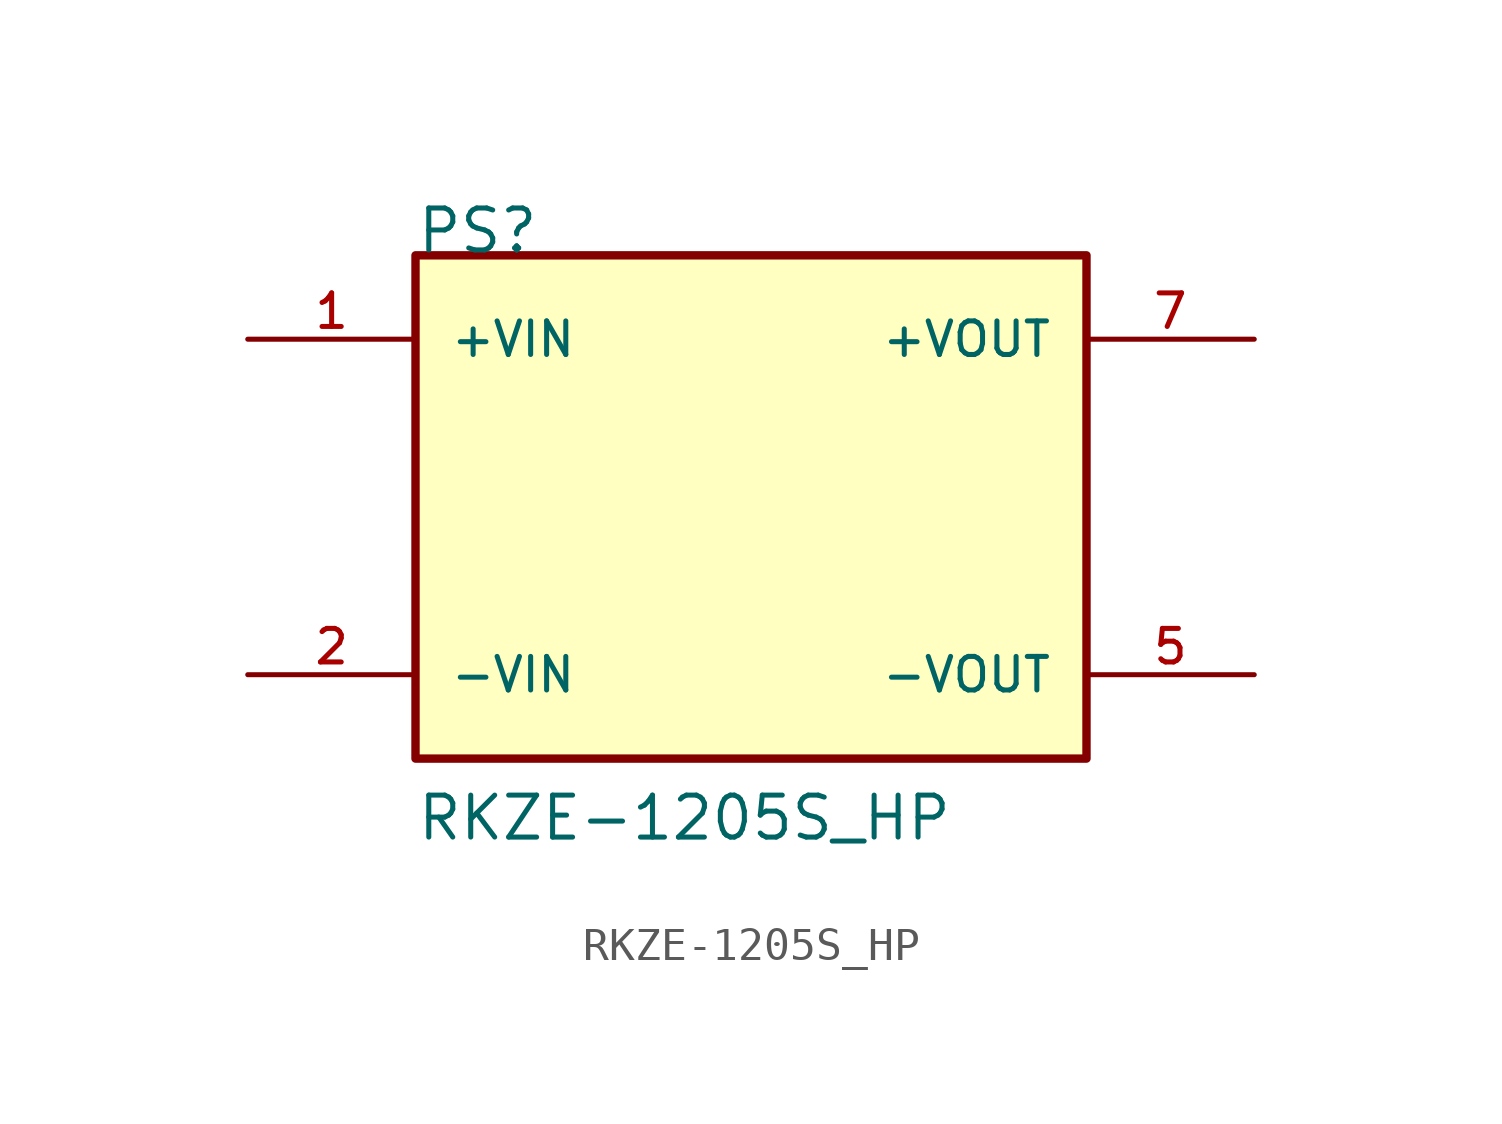
<source format=kicad_sym>
(kicad_symbol_lib
  (version 20211014)
  (generator kicad_symbol_editor)
  (symbol "RKZE-1205S_HP"
    (pin_names
      (offset 1.016))
    (property "Reference" "PS"
      (at -10.16 7.62 0)
      (effects (font (size 1.27 1.27)) (justify bottom left)))
    (property "Value" "RKZE-1205S_HP"
      (at -10.16 -10.16 0)
      (effects (font (size 1.27 1.27)) (justify bottom left)))
    (symbol "RKZE-1205S_HP_0_0"
      (rectangle (start -10.16 -7.62) (end 10.16 7.62) (stroke (width 0.254)) (fill (type background)))
      (pin input line (at -15.24 5.08 0) (length 5.08) (name "+VIN" (effects (font (size 1.016 1.016)))) (number "1" (effects (font (size 1.016 1.016)))))
      (pin input line (at -15.24 -5.08 0) (length 5.08) (name "-VIN" (effects (font (size 1.016 1.016)))) (number "2" (effects (font (size 1.016 1.016)))))
      (pin output line (at 15.24 5.08 180.0) (length 5.08) (name "+VOUT" (effects (font (size 1.016 1.016)))) (number "7" (effects (font (size 1.016 1.016)))))
      (pin output line (at 15.24 -5.08 180.0) (length 5.08) (name "-VOUT" (effects (font (size 1.016 1.016)))) (number "5" (effects (font (size 1.016 1.016))))))))
</source>
